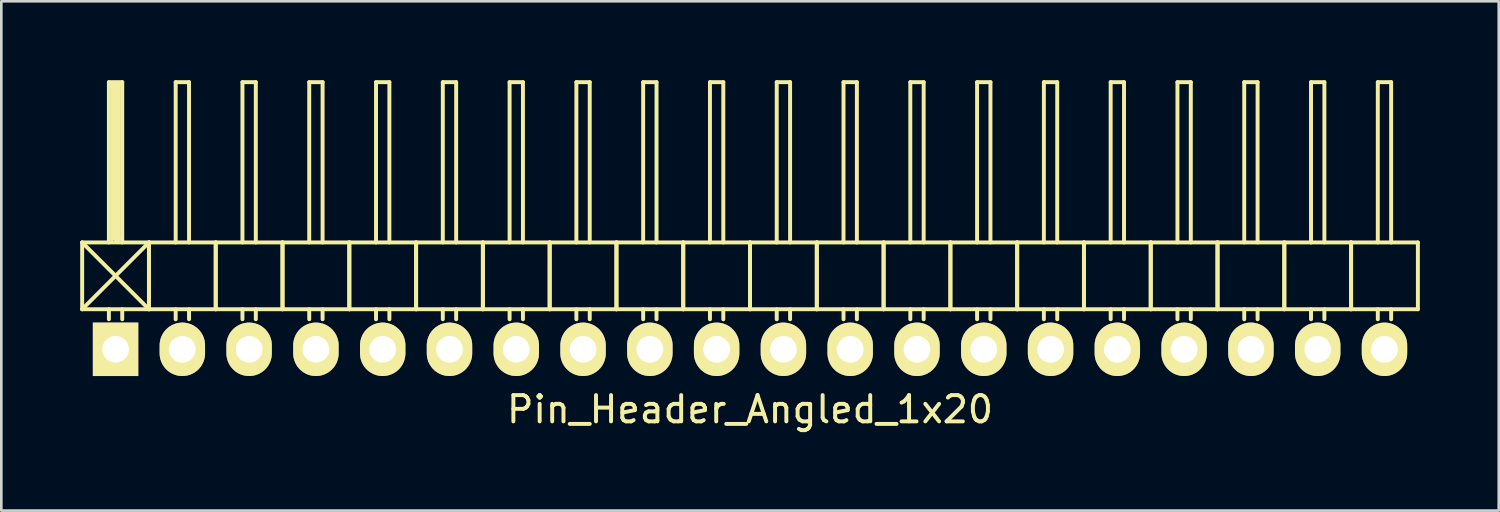
<source format=kicad_pcb>
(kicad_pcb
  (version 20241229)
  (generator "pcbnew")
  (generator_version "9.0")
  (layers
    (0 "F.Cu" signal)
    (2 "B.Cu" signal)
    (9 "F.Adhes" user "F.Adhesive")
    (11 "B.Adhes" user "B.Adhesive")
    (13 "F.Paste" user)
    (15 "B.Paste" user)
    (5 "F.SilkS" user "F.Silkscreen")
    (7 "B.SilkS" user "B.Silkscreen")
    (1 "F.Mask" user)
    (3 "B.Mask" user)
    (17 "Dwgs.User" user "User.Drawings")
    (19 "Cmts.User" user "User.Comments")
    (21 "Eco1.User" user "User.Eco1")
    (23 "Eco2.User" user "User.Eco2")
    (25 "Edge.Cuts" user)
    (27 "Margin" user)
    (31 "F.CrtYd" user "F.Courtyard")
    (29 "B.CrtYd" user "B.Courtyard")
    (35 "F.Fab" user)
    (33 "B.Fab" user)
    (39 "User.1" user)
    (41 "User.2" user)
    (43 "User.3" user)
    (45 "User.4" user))
  (footprint "Pin_Header_Angled_1x20"
    (layer "F.Cu")
    (at 25.475 10.235)
    (property "Reference" "Pin_Header_Angled_1x20" (at 0 2.286 0) (layer "F.SilkS") (effects (font (size 1 1) (thickness 0.15))))
    (attr through_hole)
    (fp_line (start -25.4 -4.064) (end -22.86 -1.524) (stroke (width 0.15) (type solid)) (layer "F.SilkS"))
    (fp_line (start -25.4 -1.524) (end -25.4 -4.064) (stroke (width 0.15) (type solid)) (layer "F.SilkS"))
    (fp_line (start -25.4 -1.524) (end -22.86 -1.524) (stroke (width 0.15) (type solid)) (layer "F.SilkS"))
    (fp_line (start -24.384 -10.16) (end -23.876 -10.16) (stroke (width 0.15) (type solid)) (layer "F.SilkS"))
    (fp_line (start -24.384 -4.064) (end -24.384 -10.16) (stroke (width 0.15) (type solid)) (layer "F.SilkS"))
    (fp_line (start -24.384 -1.524) (end -24.384 -1.143) (stroke (width 0.15) (type solid)) (layer "F.SilkS"))
    (fp_line (start -24.257 -10.033) (end -24.003 -10.033) (stroke (width 0.15) (type solid)) (layer "F.SilkS"))
    (fp_line (start -24.257 -4.191) (end -24.257 -10.033) (stroke (width 0.15) (type solid)) (layer "F.SilkS"))
    (fp_line (start -24.13 -4.191) (end -24.13 -10.033) (stroke (width 0.15) (type solid)) (layer "F.SilkS"))
    (fp_line (start -24.003 -10.033) (end -24.003 -4.191) (stroke (width 0.15) (type solid)) (layer "F.SilkS"))
    (fp_line (start -24.003 -4.191) (end -24.13 -4.191) (stroke (width 0.15) (type solid)) (layer "F.SilkS"))
    (fp_line (start -23.876 -10.16) (end -23.876 -4.064) (stroke (width 0.15) (type solid)) (layer "F.SilkS"))
    (fp_line (start -23.876 -1.524) (end -23.876 -1.143) (stroke (width 0.15) (type solid)) (layer "F.SilkS"))
    (fp_line (start -22.86 -4.064) (end -25.4 -4.064) (stroke (width 0.15) (type solid)) (layer "F.SilkS"))
    (fp_line (start -22.86 -4.064) (end -25.4 -1.524) (stroke (width 0.15) (type solid)) (layer "F.SilkS"))
    (fp_line (start -22.86 -1.524) (end -22.86 -4.064) (stroke (width 0.15) (type solid)) (layer "F.SilkS"))
    (fp_line (start -22.86 -1.524) (end -22.86 -4.064) (stroke (width 0.15) (type solid)) (layer "F.SilkS"))
    (fp_line (start -22.86 -1.524) (end -20.32 -1.524) (stroke (width 0.15) (type solid)) (layer "F.SilkS"))
    (fp_line (start -21.844 -10.16) (end -21.336 -10.16) (stroke (width 0.15) (type solid)) (layer "F.SilkS"))
    (fp_line (start -21.844 -4.064) (end -21.844 -10.16) (stroke (width 0.15) (type solid)) (layer "F.SilkS"))
    (fp_line (start -21.844 -1.524) (end -21.844 -1.143) (stroke (width 0.15) (type solid)) (layer "F.SilkS"))
    (fp_line (start -21.336 -10.16) (end -21.336 -4.064) (stroke (width 0.15) (type solid)) (layer "F.SilkS"))
    (fp_line (start -21.336 -1.524) (end -21.336 -1.143) (stroke (width 0.15) (type solid)) (layer "F.SilkS"))
    (fp_line (start -20.32 -4.064) (end -22.86 -4.064) (stroke (width 0.15) (type solid)) (layer "F.SilkS"))
    (fp_line (start -20.32 -1.524) (end -20.32 -4.064) (stroke (width 0.15) (type solid)) (layer "F.SilkS"))
    (fp_line (start -20.32 -1.524) (end -20.32 -4.064) (stroke (width 0.15) (type solid)) (layer "F.SilkS"))
    (fp_line (start -20.32 -1.524) (end -17.78 -1.524) (stroke (width 0.15) (type solid)) (layer "F.SilkS"))
    (fp_line (start -19.304 -10.16) (end -18.796 -10.16) (stroke (width 0.15) (type solid)) (layer "F.SilkS"))
    (fp_line (start -19.304 -4.064) (end -19.304 -10.16) (stroke (width 0.15) (type solid)) (layer "F.SilkS"))
    (fp_line (start -19.304 -1.524) (end -19.304 -1.143) (stroke (width 0.15) (type solid)) (layer "F.SilkS"))
    (fp_line (start -18.796 -10.16) (end -18.796 -4.064) (stroke (width 0.15) (type solid)) (layer "F.SilkS"))
    (fp_line (start -18.796 -1.524) (end -18.796 -1.143) (stroke (width 0.15) (type solid)) (layer "F.SilkS"))
    (fp_line (start -17.78 -4.064) (end -20.32 -4.064) (stroke (width 0.15) (type solid)) (layer "F.SilkS"))
    (fp_line (start -17.78 -1.524) (end -17.78 -4.064) (stroke (width 0.15) (type solid)) (layer "F.SilkS"))
    (fp_line (start -17.78 -1.524) (end -17.78 -4.064) (stroke (width 0.15) (type solid)) (layer "F.SilkS"))
    (fp_line (start -17.78 -1.524) (end -15.24 -1.524) (stroke (width 0.15) (type solid)) (layer "F.SilkS"))
    (fp_line (start -16.764 -10.16) (end -16.256 -10.16) (stroke (width 0.15) (type solid)) (layer "F.SilkS"))
    (fp_line (start -16.764 -4.064) (end -16.764 -10.16) (stroke (width 0.15) (type solid)) (layer "F.SilkS"))
    (fp_line (start -16.764 -1.524) (end -16.764 -1.143) (stroke (width 0.15) (type solid)) (layer "F.SilkS"))
    (fp_line (start -16.256 -10.16) (end -16.256 -4.064) (stroke (width 0.15) (type solid)) (layer "F.SilkS"))
    (fp_line (start -16.256 -1.524) (end -16.256 -1.143) (stroke (width 0.15) (type solid)) (layer "F.SilkS"))
    (fp_line (start -15.24 -4.064) (end -17.78 -4.064) (stroke (width 0.15) (type solid)) (layer "F.SilkS"))
    (fp_line (start -15.24 -1.524) (end -15.24 -4.064) (stroke (width 0.15) (type solid)) (layer "F.SilkS"))
    (fp_line (start -15.24 -1.524) (end -15.24 -4.064) (stroke (width 0.15) (type solid)) (layer "F.SilkS"))
    (fp_line (start -15.24 -1.524) (end -12.7 -1.524) (stroke (width 0.15) (type solid)) (layer "F.SilkS"))
    (fp_line (start -14.224 -10.16) (end -13.716 -10.16) (stroke (width 0.15) (type solid)) (layer "F.SilkS"))
    (fp_line (start -14.224 -4.064) (end -14.224 -10.16) (stroke (width 0.15) (type solid)) (layer "F.SilkS"))
    (fp_line (start -14.224 -1.524) (end -14.224 -1.143) (stroke (width 0.15) (type solid)) (layer "F.SilkS"))
    (fp_line (start -13.716 -10.16) (end -13.716 -4.064) (stroke (width 0.15) (type solid)) (layer "F.SilkS"))
    (fp_line (start -13.716 -1.524) (end -13.716 -1.143) (stroke (width 0.15) (type solid)) (layer "F.SilkS"))
    (fp_line (start -12.7 -4.064) (end -15.24 -4.064) (stroke (width 0.15) (type solid)) (layer "F.SilkS"))
    (fp_line (start -12.7 -1.524) (end -12.7 -4.064) (stroke (width 0.15) (type solid)) (layer "F.SilkS"))
    (fp_line (start -12.7 -1.524) (end -12.7 -4.064) (stroke (width 0.15) (type solid)) (layer "F.SilkS"))
    (fp_line (start -12.7 -1.524) (end -10.16 -1.524) (stroke (width 0.15) (type solid)) (layer "F.SilkS"))
    (fp_line (start -11.684 -10.16) (end -11.176 -10.16) (stroke (width 0.15) (type solid)) (layer "F.SilkS"))
    (fp_line (start -11.684 -4.064) (end -11.684 -10.16) (stroke (width 0.15) (type solid)) (layer "F.SilkS"))
    (fp_line (start -11.684 -1.524) (end -11.684 -1.143) (stroke (width 0.15) (type solid)) (layer "F.SilkS"))
    (fp_line (start -11.176 -10.16) (end -11.176 -4.064) (stroke (width 0.15) (type solid)) (layer "F.SilkS"))
    (fp_line (start -11.176 -1.524) (end -11.176 -1.143) (stroke (width 0.15) (type solid)) (layer "F.SilkS"))
    (fp_line (start -10.16 -4.064) (end -12.7 -4.064) (stroke (width 0.15) (type solid)) (layer "F.SilkS"))
    (fp_line (start -10.16 -1.524) (end -10.16 -4.064) (stroke (width 0.15) (type solid)) (layer "F.SilkS"))
    (fp_line (start -10.16 -1.524) (end -10.16 -4.064) (stroke (width 0.15) (type solid)) (layer "F.SilkS"))
    (fp_line (start -10.16 -1.524) (end -7.62 -1.524) (stroke (width 0.15) (type solid)) (layer "F.SilkS"))
    (fp_line (start -9.144 -10.16) (end -8.636 -10.16) (stroke (width 0.15) (type solid)) (layer "F.SilkS"))
    (fp_line (start -9.144 -4.064) (end -9.144 -10.16) (stroke (width 0.15) (type solid)) (layer "F.SilkS"))
    (fp_line (start -9.144 -1.524) (end -9.144 -1.143) (stroke (width 0.15) (type solid)) (layer "F.SilkS"))
    (fp_line (start -8.636 -10.16) (end -8.636 -4.064) (stroke (width 0.15) (type solid)) (layer "F.SilkS"))
    (fp_line (start -8.636 -1.524) (end -8.636 -1.143) (stroke (width 0.15) (type solid)) (layer "F.SilkS"))
    (fp_line (start -7.62 -4.064) (end -10.16 -4.064) (stroke (width 0.15) (type solid)) (layer "F.SilkS"))
    (fp_line (start -7.62 -1.524) (end -7.62 -4.064) (stroke (width 0.15) (type solid)) (layer "F.SilkS"))
    (fp_line (start -7.62 -1.524) (end -7.62 -4.064) (stroke (width 0.15) (type solid)) (layer "F.SilkS"))
    (fp_line (start -7.62 -1.524) (end -5.08 -1.524) (stroke (width 0.15) (type solid)) (layer "F.SilkS"))
    (fp_line (start -6.604 -10.16) (end -6.096 -10.16) (stroke (width 0.15) (type solid)) (layer "F.SilkS"))
    (fp_line (start -6.604 -4.064) (end -6.604 -10.16) (stroke (width 0.15) (type solid)) (layer "F.SilkS"))
    (fp_line (start -6.604 -1.524) (end -6.604 -1.143) (stroke (width 0.15) (type solid)) (layer "F.SilkS"))
    (fp_line (start -6.096 -10.16) (end -6.096 -4.064) (stroke (width 0.15) (type solid)) (layer "F.SilkS"))
    (fp_line (start -6.096 -1.524) (end -6.096 -1.143) (stroke (width 0.15) (type solid)) (layer "F.SilkS"))
    (fp_line (start -5.08 -4.064) (end -7.62 -4.064) (stroke (width 0.15) (type solid)) (layer "F.SilkS"))
    (fp_line (start -5.08 -1.524) (end -5.08 -4.064) (stroke (width 0.15) (type solid)) (layer "F.SilkS"))
    (fp_line (start -5.08 -1.524) (end -5.08 -4.064) (stroke (width 0.15) (type solid)) (layer "F.SilkS"))
    (fp_line (start -5.08 -1.524) (end -2.54 -1.524) (stroke (width 0.15) (type solid)) (layer "F.SilkS"))
    (fp_line (start -4.064 -10.16) (end -3.556 -10.16) (stroke (width 0.15) (type solid)) (layer "F.SilkS"))
    (fp_line (start -4.064 -4.064) (end -4.064 -10.16) (stroke (width 0.15) (type solid)) (layer "F.SilkS"))
    (fp_line (start -4.064 -1.524) (end -4.064 -1.143) (stroke (width 0.15) (type solid)) (layer "F.SilkS"))
    (fp_line (start -3.556 -10.16) (end -3.556 -4.064) (stroke (width 0.15) (type solid)) (layer "F.SilkS"))
    (fp_line (start -3.556 -1.524) (end -3.556 -1.143) (stroke (width 0.15) (type solid)) (layer "F.SilkS"))
    (fp_line (start -2.54 -4.064) (end -5.08 -4.064) (stroke (width 0.15) (type solid)) (layer "F.SilkS"))
    (fp_line (start -2.54 -1.524) (end -2.54 -4.064) (stroke (width 0.15) (type solid)) (layer "F.SilkS"))
    (fp_line (start -2.54 -1.524) (end -2.54 -4.064) (stroke (width 0.15) (type solid)) (layer "F.SilkS"))
    (fp_line (start -2.54 -1.524) (end 0 -1.524) (stroke (width 0.15) (type solid)) (layer "F.SilkS"))
    (fp_line (start -1.524 -10.16) (end -1.016 -10.16) (stroke (width 0.15) (type solid)) (layer "F.SilkS"))
    (fp_line (start -1.524 -4.064) (end -1.524 -10.16) (stroke (width 0.15) (type solid)) (layer "F.SilkS"))
    (fp_line (start -1.524 -1.524) (end -1.524 -1.143) (stroke (width 0.15) (type solid)) (layer "F.SilkS"))
    (fp_line (start -1.016 -10.16) (end -1.016 -4.064) (stroke (width 0.15) (type solid)) (layer "F.SilkS"))
    (fp_line (start -1.016 -1.524) (end -1.016 -1.143) (stroke (width 0.15) (type solid)) (layer "F.SilkS"))
    (fp_line (start 0 -4.064) (end -2.54 -4.064) (stroke (width 0.15) (type solid)) (layer "F.SilkS"))
    (fp_line (start 0 -1.524) (end 0 -4.064) (stroke (width 0.15) (type solid)) (layer "F.SilkS"))
    (fp_line (start 0 -1.524) (end 0 -4.064) (stroke (width 0.15) (type solid)) (layer "F.SilkS"))
    (fp_line (start 0 -1.524) (end 2.54 -1.524) (stroke (width 0.15) (type solid)) (layer "F.SilkS"))
    (fp_line (start 1.016 -10.16) (end 1.524 -10.16) (stroke (width 0.15) (type solid)) (layer "F.SilkS"))
    (fp_line (start 1.016 -4.064) (end 1.016 -10.16) (stroke (width 0.15) (type solid)) (layer "F.SilkS"))
    (fp_line (start 1.016 -1.524) (end 1.016 -1.143) (stroke (width 0.15) (type solid)) (layer "F.SilkS"))
    (fp_line (start 1.524 -10.16) (end 1.524 -4.064) (stroke (width 0.15) (type solid)) (layer "F.SilkS"))
    (fp_line (start 1.524 -1.524) (end 1.524 -1.143) (stroke (width 0.15) (type solid)) (layer "F.SilkS"))
    (fp_line (start 2.54 -4.064) (end 0 -4.064) (stroke (width 0.15) (type solid)) (layer "F.SilkS"))
    (fp_line (start 2.54 -1.524) (end 2.54 -4.064) (stroke (width 0.15) (type solid)) (layer "F.SilkS"))
    (fp_line (start 2.54 -1.524) (end 2.54 -4.064) (stroke (width 0.15) (type solid)) (layer "F.SilkS"))
    (fp_line (start 2.54 -1.524) (end 5.08 -1.524) (stroke (width 0.15) (type solid)) (layer "F.SilkS"))
    (fp_line (start 3.556 -10.16) (end 4.064 -10.16) (stroke (width 0.15) (type solid)) (layer "F.SilkS"))
    (fp_line (start 3.556 -4.064) (end 3.556 -10.16) (stroke (width 0.15) (type solid)) (layer "F.SilkS"))
    (fp_line (start 3.556 -1.524) (end 3.556 -1.143) (stroke (width 0.15) (type solid)) (layer "F.SilkS"))
    (fp_line (start 4.064 -10.16) (end 4.064 -4.064) (stroke (width 0.15) (type solid)) (layer "F.SilkS"))
    (fp_line (start 4.064 -1.524) (end 4.064 -1.143) (stroke (width 0.15) (type solid)) (layer "F.SilkS"))
    (fp_line (start 5.08 -4.064) (end 2.54 -4.064) (stroke (width 0.15) (type solid)) (layer "F.SilkS"))
    (fp_line (start 5.08 -1.524) (end 5.08 -4.064) (stroke (width 0.15) (type solid)) (layer "F.SilkS"))
    (fp_line (start 5.08 -1.524) (end 5.08 -4.064) (stroke (width 0.15) (type solid)) (layer "F.SilkS"))
    (fp_line (start 5.08 -1.524) (end 7.62 -1.524) (stroke (width 0.15) (type solid)) (layer "F.SilkS"))
    (fp_line (start 6.096 -10.16) (end 6.604 -10.16) (stroke (width 0.15) (type solid)) (layer "F.SilkS"))
    (fp_line (start 6.096 -4.064) (end 6.096 -10.16) (stroke (width 0.15) (type solid)) (layer "F.SilkS"))
    (fp_line (start 6.096 -1.524) (end 6.096 -1.143) (stroke (width 0.15) (type solid)) (layer "F.SilkS"))
    (fp_line (start 6.604 -10.16) (end 6.604 -4.064) (stroke (width 0.15) (type solid)) (layer "F.SilkS"))
    (fp_line (start 6.604 -1.524) (end 6.604 -1.143) (stroke (width 0.15) (type solid)) (layer "F.SilkS"))
    (fp_line (start 7.62 -4.064) (end 5.08 -4.064) (stroke (width 0.15) (type solid)) (layer "F.SilkS"))
    (fp_line (start 7.62 -1.524) (end 7.62 -4.064) (stroke (width 0.15) (type solid)) (layer "F.SilkS"))
    (fp_line (start 7.62 -1.524) (end 7.62 -4.064) (stroke (width 0.15) (type solid)) (layer "F.SilkS"))
    (fp_line (start 7.62 -1.524) (end 10.16 -1.524) (stroke (width 0.15) (type solid)) (layer "F.SilkS"))
    (fp_line (start 8.636 -10.16) (end 9.144 -10.16) (stroke (width 0.15) (type solid)) (layer "F.SilkS"))
    (fp_line (start 8.636 -4.064) (end 8.636 -10.16) (stroke (width 0.15) (type solid)) (layer "F.SilkS"))
    (fp_line (start 8.636 -1.524) (end 8.636 -1.143) (stroke (width 0.15) (type solid)) (layer "F.SilkS"))
    (fp_line (start 9.144 -10.16) (end 9.144 -4.064) (stroke (width 0.15) (type solid)) (layer "F.SilkS"))
    (fp_line (start 9.144 -1.524) (end 9.144 -1.143) (stroke (width 0.15) (type solid)) (layer "F.SilkS"))
    (fp_line (start 10.16 -4.064) (end 7.62 -4.064) (stroke (width 0.15) (type solid)) (layer "F.SilkS"))
    (fp_line (start 10.16 -1.524) (end 10.16 -4.064) (stroke (width 0.15) (type solid)) (layer "F.SilkS"))
    (fp_line (start 10.16 -1.524) (end 10.16 -4.064) (stroke (width 0.15) (type solid)) (layer "F.SilkS"))
    (fp_line (start 10.16 -1.524) (end 12.7 -1.524) (stroke (width 0.15) (type solid)) (layer "F.SilkS"))
    (fp_line (start 11.176 -10.16) (end 11.684 -10.16) (stroke (width 0.15) (type solid)) (layer "F.SilkS"))
    (fp_line (start 11.176 -4.064) (end 11.176 -10.16) (stroke (width 0.15) (type solid)) (layer "F.SilkS"))
    (fp_line (start 11.176 -1.524) (end 11.176 -1.143) (stroke (width 0.15) (type solid)) (layer "F.SilkS"))
    (fp_line (start 11.684 -10.16) (end 11.684 -4.064) (stroke (width 0.15) (type solid)) (layer "F.SilkS"))
    (fp_line (start 11.684 -1.524) (end 11.684 -1.143) (stroke (width 0.15) (type solid)) (layer "F.SilkS"))
    (fp_line (start 12.7 -4.064) (end 10.16 -4.064) (stroke (width 0.15) (type solid)) (layer "F.SilkS"))
    (fp_line (start 12.7 -1.524) (end 12.7 -4.064) (stroke (width 0.15) (type solid)) (layer "F.SilkS"))
    (fp_line (start 12.7 -1.524) (end 12.7 -4.064) (stroke (width 0.15) (type solid)) (layer "F.SilkS"))
    (fp_line (start 12.7 -1.524) (end 15.24 -1.524) (stroke (width 0.15) (type solid)) (layer "F.SilkS"))
    (fp_line (start 13.716 -10.16) (end 14.224 -10.16) (stroke (width 0.15) (type solid)) (layer "F.SilkS"))
    (fp_line (start 13.716 -4.064) (end 13.716 -10.16) (stroke (width 0.15) (type solid)) (layer "F.SilkS"))
    (fp_line (start 13.716 -1.524) (end 13.716 -1.143) (stroke (width 0.15) (type solid)) (layer "F.SilkS"))
    (fp_line (start 14.224 -10.16) (end 14.224 -4.064) (stroke (width 0.15) (type solid)) (layer "F.SilkS"))
    (fp_line (start 14.224 -1.524) (end 14.224 -1.143) (stroke (width 0.15) (type solid)) (layer "F.SilkS"))
    (fp_line (start 15.24 -4.064) (end 12.7 -4.064) (stroke (width 0.15) (type solid)) (layer "F.SilkS"))
    (fp_line (start 15.24 -1.524) (end 15.24 -4.064) (stroke (width 0.15) (type solid)) (layer "F.SilkS"))
    (fp_line (start 15.24 -1.524) (end 15.24 -4.064) (stroke (width 0.15) (type solid)) (layer "F.SilkS"))
    (fp_line (start 15.24 -1.524) (end 17.78 -1.524) (stroke (width 0.15) (type solid)) (layer "F.SilkS"))
    (fp_line (start 16.256 -10.16) (end 16.764 -10.16) (stroke (width 0.15) (type solid)) (layer "F.SilkS"))
    (fp_line (start 16.256 -4.064) (end 16.256 -10.16) (stroke (width 0.15) (type solid)) (layer "F.SilkS"))
    (fp_line (start 16.256 -1.524) (end 16.256 -1.143) (stroke (width 0.15) (type solid)) (layer "F.SilkS"))
    (fp_line (start 16.764 -10.16) (end 16.764 -4.064) (stroke (width 0.15) (type solid)) (layer "F.SilkS"))
    (fp_line (start 16.764 -1.524) (end 16.764 -1.143) (stroke (width 0.15) (type solid)) (layer "F.SilkS"))
    (fp_line (start 17.78 -4.064) (end 15.24 -4.064) (stroke (width 0.15) (type solid)) (layer "F.SilkS"))
    (fp_line (start 17.78 -1.524) (end 17.78 -4.064) (stroke (width 0.15) (type solid)) (layer "F.SilkS"))
    (fp_line (start 17.78 -1.524) (end 17.78 -4.064) (stroke (width 0.15) (type solid)) (layer "F.SilkS"))
    (fp_line (start 17.78 -1.524) (end 20.32 -1.524) (stroke (width 0.15) (type solid)) (layer "F.SilkS"))
    (fp_line (start 18.796 -10.16) (end 19.304 -10.16) (stroke (width 0.15) (type solid)) (layer "F.SilkS"))
    (fp_line (start 18.796 -4.064) (end 18.796 -10.16) (stroke (width 0.15) (type solid)) (layer "F.SilkS"))
    (fp_line (start 18.796 -1.524) (end 18.796 -1.143) (stroke (width 0.15) (type solid)) (layer "F.SilkS"))
    (fp_line (start 19.304 -10.16) (end 19.304 -4.064) (stroke (width 0.15) (type solid)) (layer "F.SilkS"))
    (fp_line (start 19.304 -1.524) (end 19.304 -1.143) (stroke (width 0.15) (type solid)) (layer "F.SilkS"))
    (fp_line (start 20.32 -4.064) (end 17.78 -4.064) (stroke (width 0.15) (type solid)) (layer "F.SilkS"))
    (fp_line (start 20.32 -1.524) (end 20.32 -4.064) (stroke (width 0.15) (type solid)) (layer "F.SilkS"))
    (fp_line (start 20.32 -1.524) (end 20.32 -4.064) (stroke (width 0.15) (type solid)) (layer "F.SilkS"))
    (fp_line (start 20.32 -1.524) (end 22.86 -1.524) (stroke (width 0.15) (type solid)) (layer "F.SilkS"))
    (fp_line (start 21.336 -10.16) (end 21.844 -10.16) (stroke (width 0.15) (type solid)) (layer "F.SilkS"))
    (fp_line (start 21.336 -4.064) (end 21.336 -10.16) (stroke (width 0.15) (type solid)) (layer "F.SilkS"))
    (fp_line (start 21.336 -1.524) (end 21.336 -1.143) (stroke (width 0.15) (type solid)) (layer "F.SilkS"))
    (fp_line (start 21.844 -10.16) (end 21.844 -4.064) (stroke (width 0.15) (type solid)) (layer "F.SilkS"))
    (fp_line (start 21.844 -1.524) (end 21.844 -1.143) (stroke (width 0.15) (type solid)) (layer "F.SilkS"))
    (fp_line (start 22.86 -4.064) (end 20.32 -4.064) (stroke (width 0.15) (type solid)) (layer "F.SilkS"))
    (fp_line (start 22.86 -1.524) (end 22.86 -4.064) (stroke (width 0.15) (type solid)) (layer "F.SilkS"))
    (fp_line (start 22.86 -1.524) (end 22.86 -4.064) (stroke (width 0.15) (type solid)) (layer "F.SilkS"))
    (fp_line (start 22.86 -1.524) (end 25.4 -1.524) (stroke (width 0.15) (type solid)) (layer "F.SilkS"))
    (fp_line (start 23.876 -10.16) (end 24.384 -10.16) (stroke (width 0.15) (type solid)) (layer "F.SilkS"))
    (fp_line (start 23.876 -4.064) (end 23.876 -10.16) (stroke (width 0.15) (type solid)) (layer "F.SilkS"))
    (fp_line (start 23.876 -1.524) (end 23.876 -1.143) (stroke (width 0.15) (type solid)) (layer "F.SilkS"))
    (fp_line (start 24.384 -10.16) (end 24.384 -4.064) (stroke (width 0.15) (type solid)) (layer "F.SilkS"))
    (fp_line (start 24.384 -1.524) (end 24.384 -1.143) (stroke (width 0.15) (type solid)) (layer "F.SilkS"))
    (fp_line (start 25.4 -4.064) (end 22.86 -4.064) (stroke (width 0.15) (type solid)) (layer "F.SilkS"))
    (fp_line (start 25.4 -1.524) (end 25.4 -4.064) (stroke (width 0.15) (type solid)) (layer "F.SilkS"))
    (pad "1" thru_hole rect (at -24.13 0) (size 1.727 2.032) (drill 1.016) (layers "*.Cu" "*.Mask" "F.SilkS"))
    (pad "2" thru_hole oval (at -21.59 0) (size 1.727 2.032) (drill 1.016) (layers "*.Cu" "*.Mask" "F.SilkS"))
    (pad "3" thru_hole oval (at -19.05 0) (size 1.727 2.032) (drill 1.016) (layers "*.Cu" "*.Mask" "F.SilkS"))
    (pad "4" thru_hole oval (at -16.51 0) (size 1.727 2.032) (drill 1.016) (layers "*.Cu" "*.Mask" "F.SilkS"))
    (pad "5" thru_hole oval (at -13.97 0) (size 1.727 2.032) (drill 1.016) (layers "*.Cu" "*.Mask" "F.SilkS"))
    (pad "6" thru_hole oval (at -11.43 0) (size 1.727 2.032) (drill 1.016) (layers "*.Cu" "*.Mask" "F.SilkS"))
    (pad "7" thru_hole oval (at -8.89 0) (size 1.727 2.032) (drill 1.016) (layers "*.Cu" "*.Mask" "F.SilkS"))
    (pad "8" thru_hole oval (at -6.35 0) (size 1.727 2.032) (drill 1.016) (layers "*.Cu" "*.Mask" "F.SilkS"))
    (pad "9" thru_hole oval (at -3.81 0) (size 1.727 2.032) (drill 1.016) (layers "*.Cu" "*.Mask" "F.SilkS"))
    (pad "10" thru_hole oval (at -1.27 0) (size 1.727 2.032) (drill 1.016) (layers "*.Cu" "*.Mask" "F.SilkS"))
    (pad "11" thru_hole oval (at 1.27 0) (size 1.727 2.032) (drill 1.016) (layers "*.Cu" "*.Mask" "F.SilkS"))
    (pad "12" thru_hole oval (at 3.81 0) (size 1.727 2.032) (drill 1.016) (layers "*.Cu" "*.Mask" "F.SilkS"))
    (pad "13" thru_hole oval (at 6.35 0) (size 1.727 2.032) (drill 1.016) (layers "*.Cu" "*.Mask" "F.SilkS"))
    (pad "14" thru_hole oval (at 8.89 0) (size 1.727 2.032) (drill 1.016) (layers "*.Cu" "*.Mask" "F.SilkS"))
    (pad "15" thru_hole oval (at 11.43 0) (size 1.727 2.032) (drill 1.016) (layers "*.Cu" "*.Mask" "F.SilkS"))
    (pad "16" thru_hole oval (at 13.97 0) (size 1.727 2.032) (drill 1.016) (layers "*.Cu" "*.Mask" "F.SilkS"))
    (pad "17" thru_hole oval (at 16.51 0) (size 1.727 2.032) (drill 1.016) (layers "*.Cu" "*.Mask" "F.SilkS"))
    (pad "18" thru_hole oval (at 19.05 0) (size 1.727 2.032) (drill 1.016) (layers "*.Cu" "*.Mask" "F.SilkS"))
    (pad "19" thru_hole oval (at 21.59 0) (size 1.727 2.032) (drill 1.016) (layers "*.Cu" "*.Mask" "F.SilkS"))
    (pad "20" thru_hole oval (at 24.13 0) (size 1.727 2.032) (drill 1.016) (layers "*.Cu" "*.Mask" "F.SilkS")))
  (gr_rect
    (start -3 -3)
    (end 53.95 16.369)
    (stroke (width 0.1) (type default))
    (fill no)
    (layer "Edge.Cuts")))
</source>
